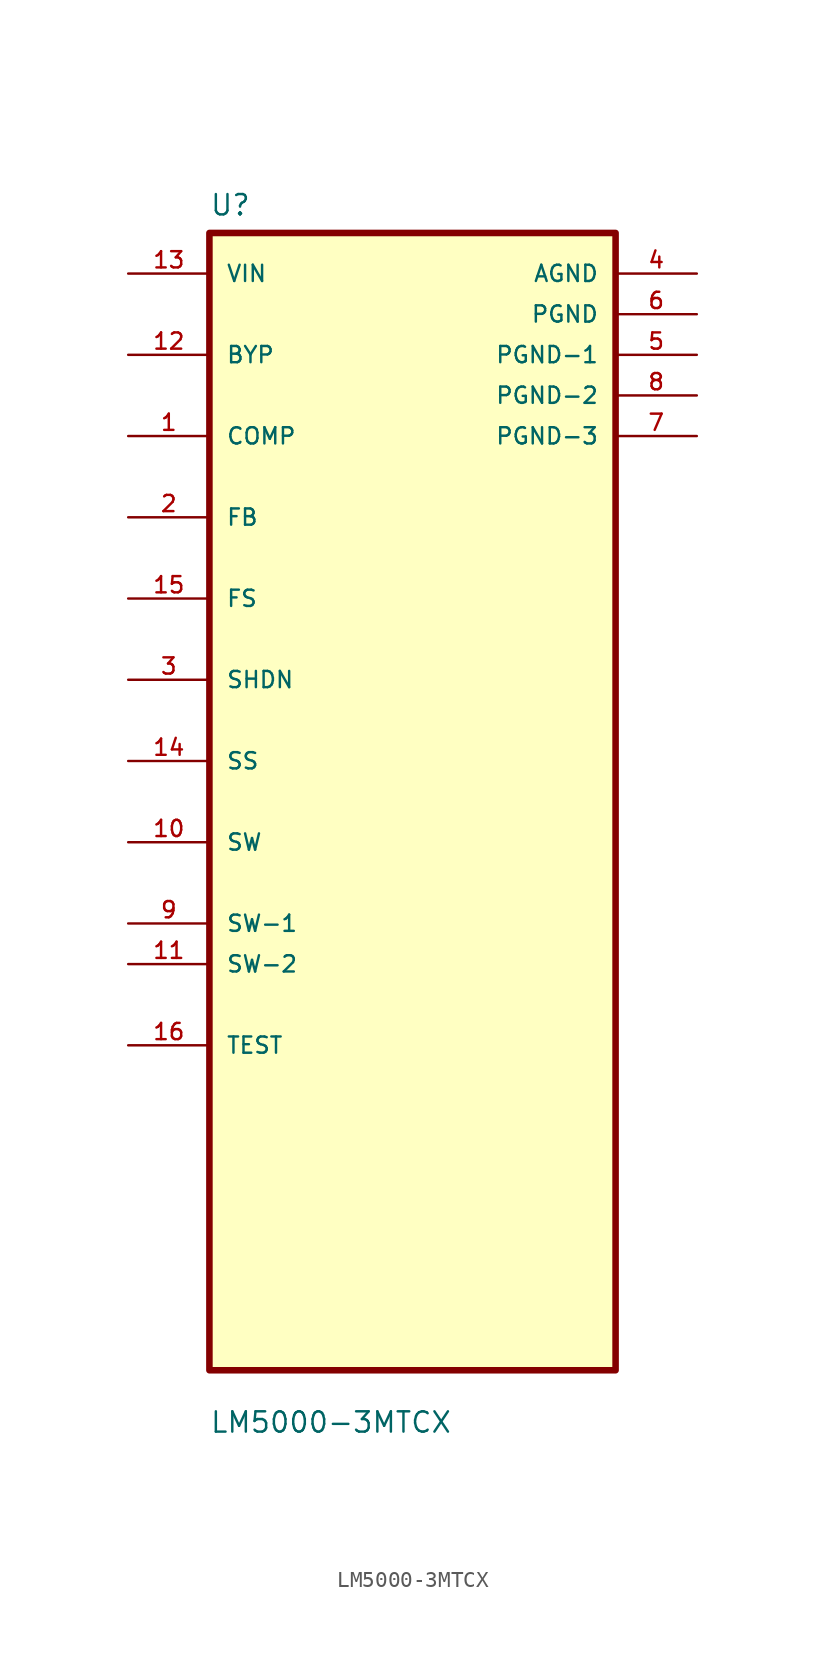
<source format=kicad_sym>
(kicad_symbol_lib
  (version 20211014)
  (generator kicad_symbol_editor)
  (symbol "LM5000-3MTCX"
    (pin_names
      (offset 1.016))
    (property "Reference" "U"
      (at -12.7 36.56 0.0)
      (effects (font (size 1.27 1.27)) (justify bottom left)))
    (property "Value" "LM5000-3MTCX"
      (at -12.7 -39.56 0.0)
      (effects (font (size 1.27 1.27)) (justify bottom left)))
    (symbol "LM5000-3MTCX_0_0"
      (rectangle (start -12.7 -35.56) (end 12.7 35.56) (stroke (width 0.41)) (fill (type background)))
      (pin input line (at -17.78 33.02 0) (length 5.08) (name "VIN" (effects (font (size 1.016 1.016)))) (number "13" (effects (font (size 1.016 1.016)))))
      (pin bidirectional line (at -17.78 27.94 0) (length 5.08) (name "BYP" (effects (font (size 1.016 1.016)))) (number "12" (effects (font (size 1.016 1.016)))))
      (pin bidirectional line (at -17.78 22.86 0) (length 5.08) (name "COMP" (effects (font (size 1.016 1.016)))) (number "1" (effects (font (size 1.016 1.016)))))
      (pin bidirectional line (at -17.78 17.78 0) (length 5.08) (name "FB" (effects (font (size 1.016 1.016)))) (number "2" (effects (font (size 1.016 1.016)))))
      (pin bidirectional line (at -17.78 12.7 0) (length 5.08) (name "FS" (effects (font (size 1.016 1.016)))) (number "15" (effects (font (size 1.016 1.016)))))
      (pin bidirectional line (at -17.78 7.62 0) (length 5.08) (name "SHDN" (effects (font (size 1.016 1.016)))) (number "3" (effects (font (size 1.016 1.016)))))
      (pin bidirectional line (at -17.78 2.54 0) (length 5.08) (name "SS" (effects (font (size 1.016 1.016)))) (number "14" (effects (font (size 1.016 1.016)))))
      (pin bidirectional line (at -17.78 -2.54 0) (length 5.08) (name "SW" (effects (font (size 1.016 1.016)))) (number "10" (effects (font (size 1.016 1.016)))))
      (pin bidirectional line (at -17.78 -7.62 0) (length 5.08) (name "SW-1" (effects (font (size 1.016 1.016)))) (number "9" (effects (font (size 1.016 1.016)))))
      (pin bidirectional line (at -17.78 -10.16 0) (length 5.08) (name "SW-2" (effects (font (size 1.016 1.016)))) (number "11" (effects (font (size 1.016 1.016)))))
      (pin bidirectional line (at -17.78 -15.24 0) (length 5.08) (name "TEST" (effects (font (size 1.016 1.016)))) (number "16" (effects (font (size 1.016 1.016)))))
      (pin power_in line (at 17.78 33.02 180.0) (length 5.08) (name "AGND" (effects (font (size 1.016 1.016)))) (number "4" (effects (font (size 1.016 1.016)))))
      (pin power_in line (at 17.78 30.48 180.0) (length 5.08) (name "PGND" (effects (font (size 1.016 1.016)))) (number "6" (effects (font (size 1.016 1.016)))))
      (pin power_in line (at 17.78 27.94 180.0) (length 5.08) (name "PGND-1" (effects (font (size 1.016 1.016)))) (number "5" (effects (font (size 1.016 1.016)))))
      (pin power_in line (at 17.78 25.4 180.0) (length 5.08) (name "PGND-2" (effects (font (size 1.016 1.016)))) (number "8" (effects (font (size 1.016 1.016)))))
      (pin power_in line (at 17.78 22.86 180.0) (length 5.08) (name "PGND-3" (effects (font (size 1.016 1.016)))) (number "7" (effects (font (size 1.016 1.016))))))))
</source>
